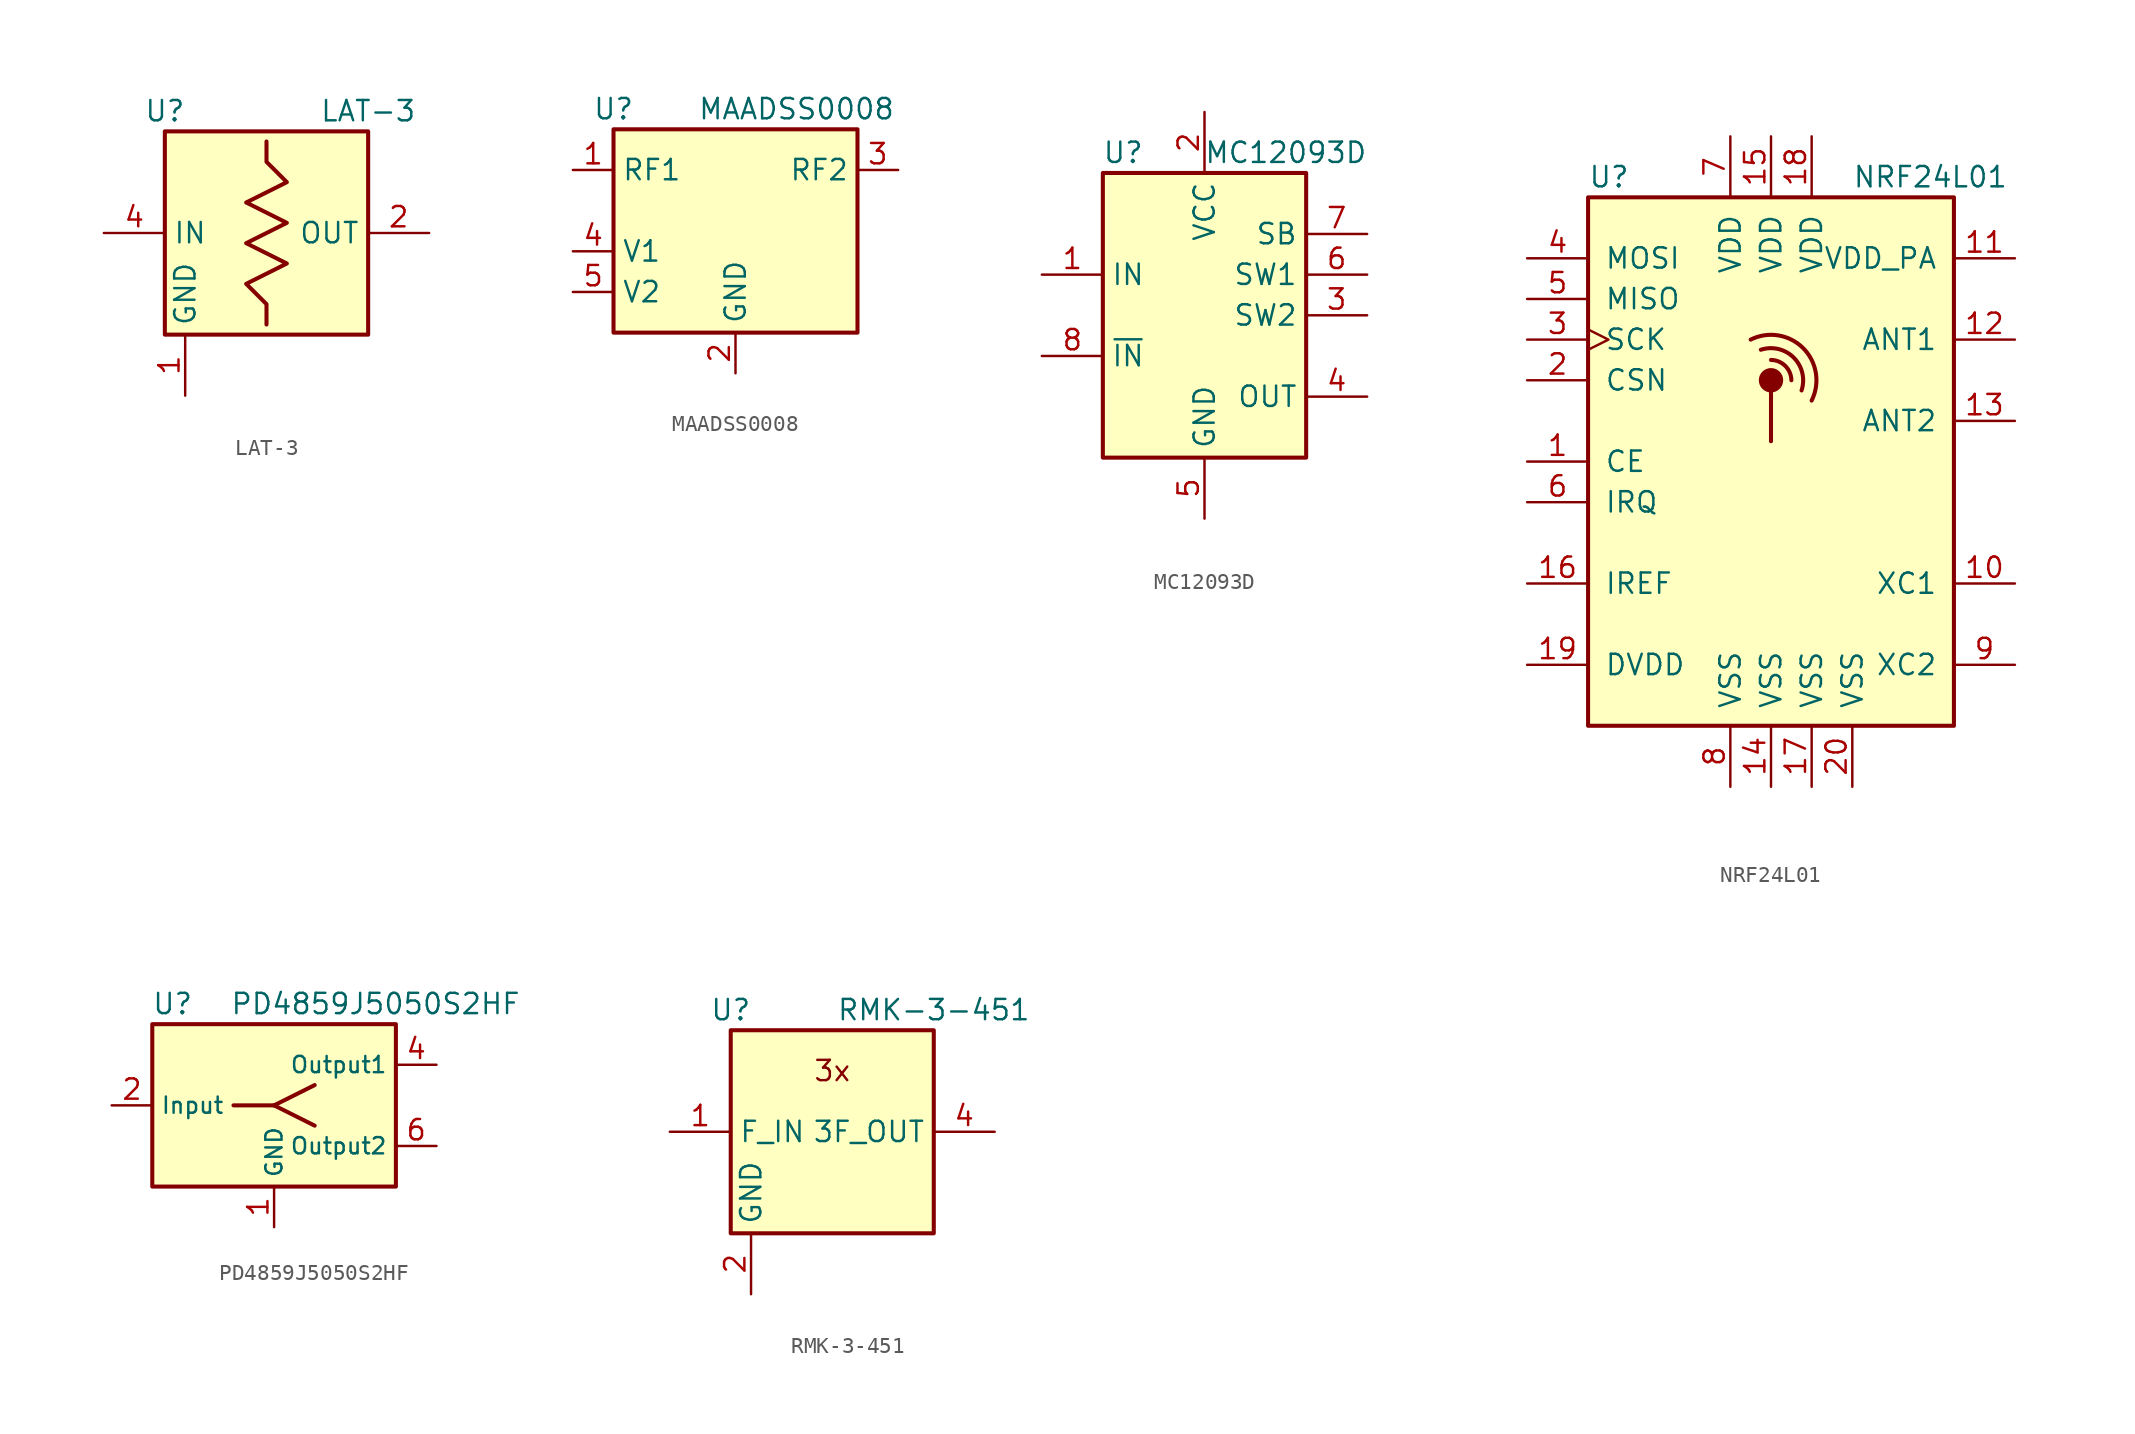
<source format=kicad_sym>
(kicad_symbol_lib
  (version 20201005)
  (generator kicad_symbol_editor)
  (symbol "LAT-3"
    (property "Reference" "U"
      (at -6.35 7.62 0)
      (effects (font (size 1.27 1.27))))
    (property "Value" "LAT-3"
      (at 6.35 7.62 0)
      (effects (font (size 1.27 1.27))))
    (symbol "LAT-3_0_1"
      (rectangle (start -6.35 6.35) (end 6.35 -6.35) (stroke (width 0.254)) (fill (type background)))
      (polyline (pts (xy 0 -5.715) (xy 0 -4.445) (xy -1.27 -3.175) (xy 1.27 -1.905) (xy -1.27 -0.635) (xy 1.27 0.635) (xy -1.27 1.905) (xy 1.27 3.175) (xy 0 4.445) (xy 0 5.715)) (stroke (width 0.254)) (fill (type none))))
    (symbol "LAT-3_1_1"
      (pin power_in line (at -5.08 -10.16 90) (length 3.81) (name "GND" (effects (font (size 1.27 1.27)))) (number "1" (effects (font (size 1.27 1.27)))))
      (pin output line (at 10.16 0 180) (length 3.81) (name "OUT" (effects (font (size 1.27 1.27)))) (number "2" (effects (font (size 1.27 1.27)))))
      (pin passive line (at -5.08 -10.16 90) (length 3.81) hide (name "GND" (effects (font (size 1.27 1.27)))) (number "3" (effects (font (size 1.27 1.27)))))
      (pin input line (at -10.16 0 0) (length 3.81) (name "IN" (effects (font (size 1.27 1.27)))) (number "4" (effects (font (size 1.27 1.27)))))))
  (symbol "MAADSS0008"
    (property "Reference" "U"
      (at -7.62 6.35 0)
      (effects (font (size 1.27 1.27))))
    (property "Value" "MAADSS0008"
      (at 3.81 6.35 0)
      (effects (font (size 1.27 1.27))))
    (symbol "MAADSS0008_0_1"
      (rectangle (start -7.62 5.08) (end 7.62 -7.62) (stroke (width 0.254)) (fill (type background))))
    (symbol "MAADSS0008_1_1"
      (pin passive line (at -10.16 2.54 0) (length 2.54) (name "RF1" (effects (font (size 1.27 1.27)))) (number "1" (effects (font (size 1.27 1.27)))))
      (pin passive line (at 0 -10.16 90) (length 2.54) (name "GND" (effects (font (size 1.27 1.27)))) (number "2" (effects (font (size 1.27 1.27)))))
      (pin passive line (at 10.16 2.54 180) (length 2.54) (name "RF2" (effects (font (size 1.27 1.27)))) (number "3" (effects (font (size 1.27 1.27)))))
      (pin input line (at -10.16 -2.54 0) (length 2.54) (name "V1" (effects (font (size 1.27 1.27)))) (number "4" (effects (font (size 1.27 1.27)))))
      (pin input line (at -10.16 -5.08 0) (length 2.54) (name "V2" (effects (font (size 1.27 1.27)))) (number "5" (effects (font (size 1.27 1.27)))))))
  (symbol "MC12093D"
    (property "Reference" "U"
      (at -5.08 10.16 0)
      (effects (font (size 1.27 1.27))))
    (property "Value" "MC12093D"
      (at 5.08 10.16 0)
      (effects (font (size 1.27 1.27))))
    (symbol "MC12093D_0_1"
      (rectangle (start -6.35 8.89) (end 6.35 -8.89) (stroke (width 0.254)) (fill (type background))))
    (symbol "MC12093D_1_1"
      (pin input line (at -10.16 2.54 0) (length 3.81) (name "IN" (effects (font (size 1.27 1.27)))) (number "1" (effects (font (size 1.27 1.27)))))
      (pin power_in line (at 0 12.7 270) (length 3.81) (name "VCC" (effects (font (size 1.27 1.27)))) (number "2" (effects (font (size 1.27 1.27)))))
      (pin input line (at 10.16 0 180) (length 3.81) (name "SW2" (effects (font (size 1.27 1.27)))) (number "3" (effects (font (size 1.27 1.27)))))
      (pin output line (at 10.16 -5.08 180) (length 3.81) (name "OUT" (effects (font (size 1.27 1.27)))) (number "4" (effects (font (size 1.27 1.27)))))
      (pin power_in line (at 0 -12.7 90) (length 3.81) (name "GND" (effects (font (size 1.27 1.27)))) (number "5" (effects (font (size 1.27 1.27)))))
      (pin input line (at 10.16 2.54 180) (length 3.81) (name "SW1" (effects (font (size 1.27 1.27)))) (number "6" (effects (font (size 1.27 1.27)))))
      (pin input line (at 10.16 5.08 180) (length 3.81) (name "SB" (effects (font (size 1.27 1.27)))) (number "7" (effects (font (size 1.27 1.27)))))
      (pin input line (at -10.16 -2.54 0) (length 3.81) (name "~IN" (effects (font (size 1.27 1.27)))) (number "8" (effects (font (size 1.27 1.27)))))))
  (symbol "NRF24L01"
    (pin_names
      (offset 1.016))
    (property "Reference" "U"
      (at -11.43 17.78 0)
      (effects (font (size 1.27 1.27)) (justify left)))
    (property "Value" "NRF24L01"
      (at 5.08 17.78 0)
      (effects (font (size 1.27 1.27)) (justify left)))
    (symbol "NRF24L01_0_1"
      (arc (start -1.27 7.62) (end 2.54 3.81) (radius (at 0 5.08) (length 2.8448) (angles 116.6 -26.6)) (stroke (width 0.254)) (fill (type none)))
      (arc (start 0 6.35) (end 1.27 5.08) (radius (at 0 5.1054) (length 1.2446) (angles 90 -1.1)) (stroke (width 0.254)) (fill (type none)))
      (arc (start -0.635 6.985) (end 1.905 4.445) (radius (at 0 5.1054) (length 1.9812) (angles 108.7 -19.1)) (stroke (width 0.254)) (fill (type none)))
      (circle (center 0 5.08) (radius 0.635) (stroke (width 0.254)) (fill (type outline)))
      (rectangle (start -11.43 16.51) (end 11.43 -16.51) (stroke (width 0.254)) (fill (type background)))
      (rectangle (start 11.43 -13.97) (end 11.43 -13.97) (stroke (width 0)) (fill (type none)))
      (polyline (pts (xy 0 4.445) (xy 0 1.27)) (stroke (width 0.254)) (fill (type none))))
    (symbol "NRF24L01_1_1"
      (pin input line (at -15.24 0 0) (length 3.81) (name "CE" (effects (font (size 1.27 1.27)))) (number "1" (effects (font (size 1.27 1.27)))))
      (pin passive line (at 15.24 -7.62 180) (length 3.81) (name "XC1" (effects (font (size 1.27 1.27)))) (number "10" (effects (font (size 1.27 1.27)))))
      (pin power_out line (at 15.24 12.7 180) (length 3.81) (name "VDD_PA" (effects (font (size 1.27 1.27)))) (number "11" (effects (font (size 1.27 1.27)))))
      (pin passive line (at 15.24 7.62 180) (length 3.81) (name "ANT1" (effects (font (size 1.27 1.27)))) (number "12" (effects (font (size 1.27 1.27)))))
      (pin passive line (at 15.24 2.54 180) (length 3.81) (name "ANT2" (effects (font (size 1.27 1.27)))) (number "13" (effects (font (size 1.27 1.27)))))
      (pin power_in line (at 0 -20.32 90) (length 3.81) (name "VSS" (effects (font (size 1.27 1.27)))) (number "14" (effects (font (size 1.27 1.27)))))
      (pin power_in line (at 0 20.32 270) (length 3.81) (name "VDD" (effects (font (size 1.27 1.27)))) (number "15" (effects (font (size 1.27 1.27)))))
      (pin passive line (at -15.24 -7.62 0) (length 3.81) (name "IREF" (effects (font (size 1.27 1.27)))) (number "16" (effects (font (size 1.27 1.27)))))
      (pin power_in line (at 2.54 -20.32 90) (length 3.81) (name "VSS" (effects (font (size 1.27 1.27)))) (number "17" (effects (font (size 1.27 1.27)))))
      (pin power_in line (at 2.54 20.32 270) (length 3.81) (name "VDD" (effects (font (size 1.27 1.27)))) (number "18" (effects (font (size 1.27 1.27)))))
      (pin power_out line (at -15.24 -12.7 0) (length 3.81) (name "DVDD" (effects (font (size 1.27 1.27)))) (number "19" (effects (font (size 1.27 1.27)))))
      (pin input line (at -15.24 5.08 0) (length 3.81) (name "CSN" (effects (font (size 1.27 1.27)))) (number "2" (effects (font (size 1.27 1.27)))))
      (pin power_in line (at 5.08 -20.32 90) (length 3.81) (name "VSS" (effects (font (size 1.27 1.27)))) (number "20" (effects (font (size 1.27 1.27)))))
      (pin input clock (at -15.24 7.62 0) (length 3.81) (name "SCK" (effects (font (size 1.27 1.27)))) (number "3" (effects (font (size 1.27 1.27)))))
      (pin input line (at -15.24 12.7 0) (length 3.81) (name "MOSI" (effects (font (size 1.27 1.27)))) (number "4" (effects (font (size 1.27 1.27)))))
      (pin output line (at -15.24 10.16 0) (length 3.81) (name "MISO" (effects (font (size 1.27 1.27)))) (number "5" (effects (font (size 1.27 1.27)))))
      (pin output line (at -15.24 -2.54 0) (length 3.81) (name "IRQ" (effects (font (size 1.27 1.27)))) (number "6" (effects (font (size 1.27 1.27)))))
      (pin power_in line (at -2.54 20.32 270) (length 3.81) (name "VDD" (effects (font (size 1.27 1.27)))) (number "7" (effects (font (size 1.27 1.27)))))
      (pin power_in line (at -2.54 -20.32 90) (length 3.81) (name "VSS" (effects (font (size 1.27 1.27)))) (number "8" (effects (font (size 1.27 1.27)))))
      (pin passive line (at 15.24 -12.7 180) (length 3.81) (name "XC2" (effects (font (size 1.27 1.27)))) (number "9" (effects (font (size 1.27 1.27)))))))
  (symbol "PD4859J5050S2HF"
    (property "Reference" "U"
      (at -6.35 6.35 0)
      (effects (font (size 1.27 1.27))))
    (property "Value" "PD4859J5050S2HF"
      (at 6.35 6.35 0)
      (effects (font (size 1.27 1.27))))
    (symbol "PD4859J5050S2HF_0_1"
      (rectangle (start -7.62 5.08) (end 7.62 -5.08) (stroke (width 0.254)) (fill (type background)))
      (polyline (pts (xy -2.54 0) (xy 0 0)) (stroke (width 0.254)) (fill (type none)))
      (polyline (pts (xy 0 0) (xy 2.54 -1.27)) (stroke (width 0.254)) (fill (type none)))
      (polyline (pts (xy 0 0) (xy 2.54 1.27)) (stroke (width 0.254)) (fill (type none))))
    (symbol "PD4859J5050S2HF_1_1"
      (pin power_in line (at 0 -7.62 90) (length 2.54) (name "GND" (effects (font (size 1.016 1.016)))) (number "1" (effects (font (size 1.27 1.27)))))
      (pin input line (at -10.16 0 0) (length 2.54) (name "Input" (effects (font (size 1.016 1.016)))) (number "2" (effects (font (size 1.27 1.27)))))
      (pin passive line (at 0 -7.62 90) (length 2.54) hide (name "GND" (effects (font (size 1.016 1.016)))) (number "3" (effects (font (size 1.27 1.27)))))
      (pin output line (at 10.16 2.54 180) (length 2.54) (name "Output1" (effects (font (size 1.016 1.016)))) (number "4" (effects (font (size 1.27 1.27)))))
      (pin passive line (at 0 -7.62 90) (length 2.54) hide (name "GND" (effects (font (size 1.016 1.016)))) (number "5" (effects (font (size 1.27 1.27)))))
      (pin output line (at 10.16 -2.54 180) (length 2.54) (name "Output2" (effects (font (size 1.016 1.016)))) (number "6" (effects (font (size 1.27 1.27)))))))
  (symbol "RMK-3-451"
    (property "Reference" "U"
      (at -6.35 7.62 0)
      (effects (font (size 1.27 1.27))))
    (property "Value" "RMK-3-451"
      (at 6.35 7.62 0)
      (effects (font (size 1.27 1.27))))
    (symbol "RMK-3-451_0_0"
      (text "3x" (at 0 3.81 0) (effects (font (size 1.27 1.27)))))
    (symbol "RMK-3-451_0_1"
      (rectangle (start -6.35 6.35) (end 6.35 -6.35) (stroke (width 0.254)) (fill (type background))))
    (symbol "RMK-3-451_1_1"
      (pin input line (at -10.16 0 0) (length 3.81) (name "F_IN" (effects (font (size 1.27 1.27)))) (number "1" (effects (font (size 1.27 1.27)))))
      (pin power_in line (at -5.08 -10.16 90) (length 3.81) (name "GND" (effects (font (size 1.27 1.27)))) (number "2" (effects (font (size 1.27 1.27)))))
      (pin passive line (at -5.08 -10.16 90) (length 3.81) hide (name "GND" (effects (font (size 1.27 1.27)))) (number "3" (effects (font (size 1.27 1.27)))))
      (pin output line (at 10.16 0 180) (length 3.81) (name "3F_OUT" (effects (font (size 1.27 1.27)))) (number "4" (effects (font (size 1.27 1.27)))))
      (pin passive line (at -5.08 -10.16 90) (length 3.81) hide (name "GND" (effects (font (size 1.27 1.27)))) (number "5" (effects (font (size 1.27 1.27)))))
      (pin passive line (at -5.08 -10.16 90) (length 3.81) hide (name "GND" (effects (font (size 1.27 1.27)))) (number "6" (effects (font (size 1.27 1.27))))))))
</source>
